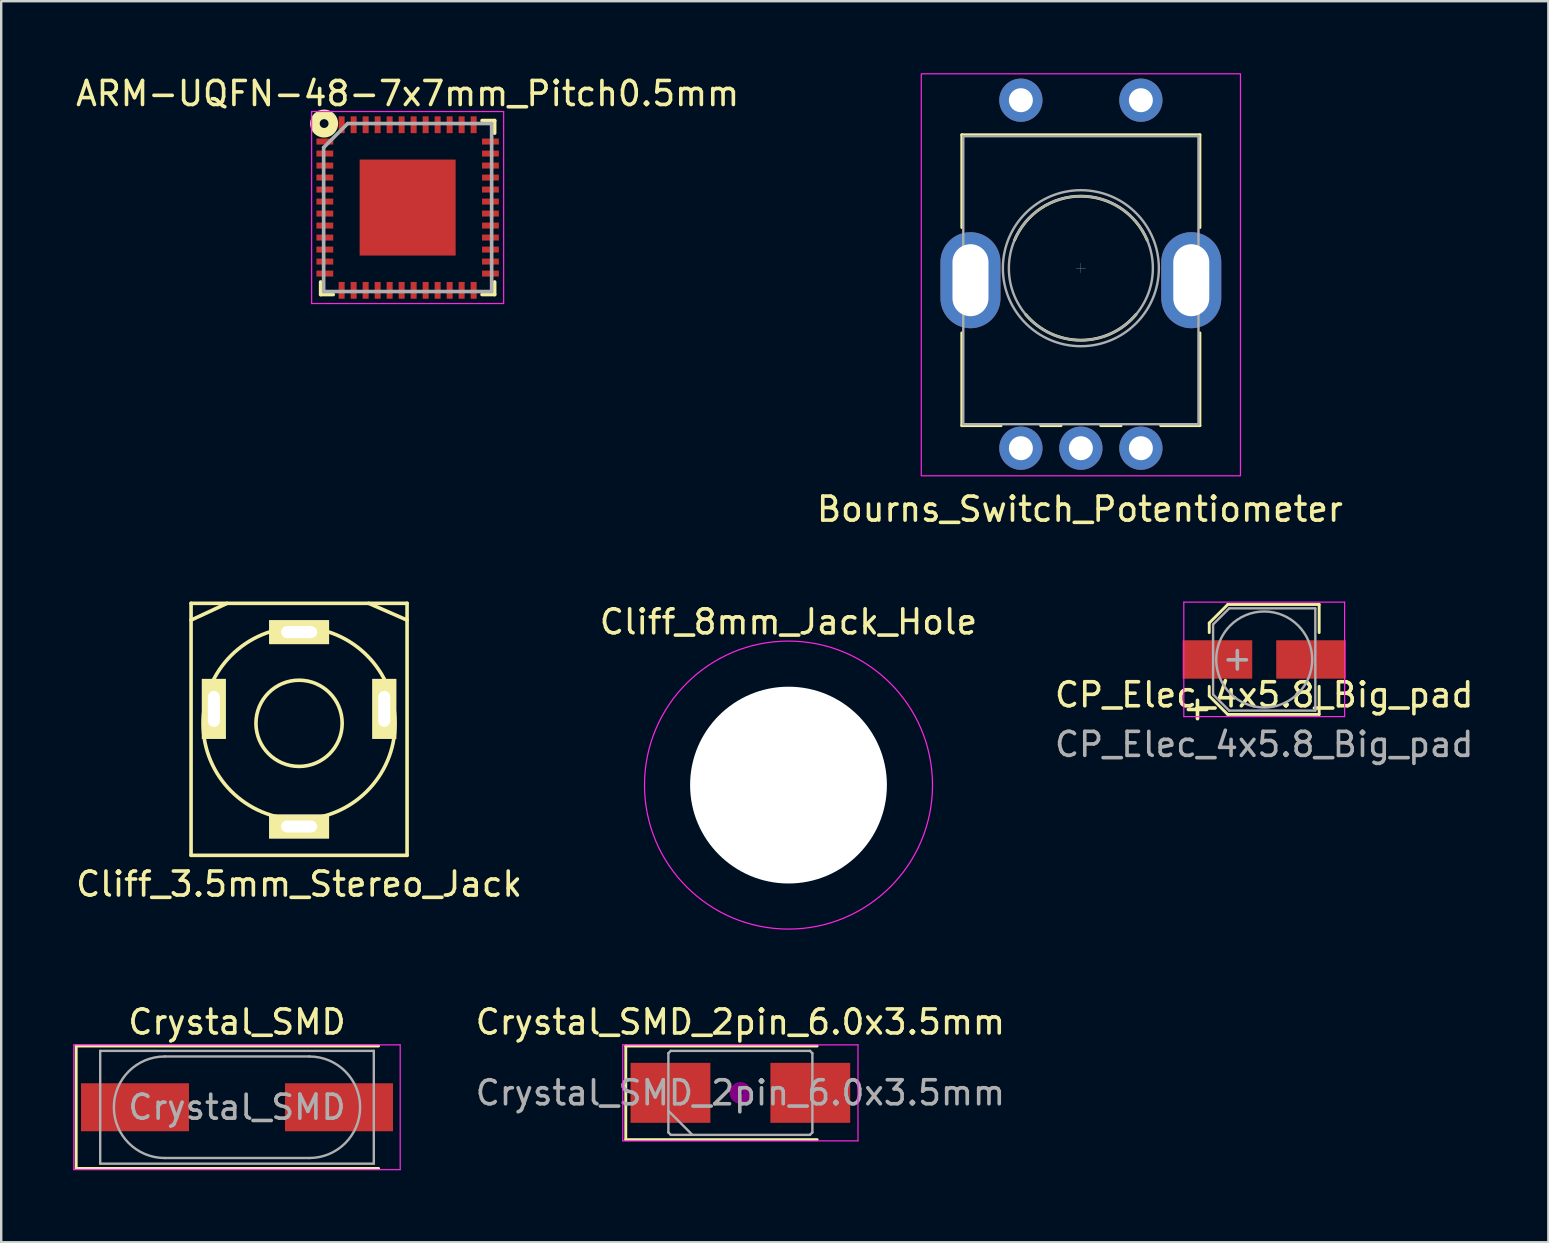
<source format=kicad_pcb>
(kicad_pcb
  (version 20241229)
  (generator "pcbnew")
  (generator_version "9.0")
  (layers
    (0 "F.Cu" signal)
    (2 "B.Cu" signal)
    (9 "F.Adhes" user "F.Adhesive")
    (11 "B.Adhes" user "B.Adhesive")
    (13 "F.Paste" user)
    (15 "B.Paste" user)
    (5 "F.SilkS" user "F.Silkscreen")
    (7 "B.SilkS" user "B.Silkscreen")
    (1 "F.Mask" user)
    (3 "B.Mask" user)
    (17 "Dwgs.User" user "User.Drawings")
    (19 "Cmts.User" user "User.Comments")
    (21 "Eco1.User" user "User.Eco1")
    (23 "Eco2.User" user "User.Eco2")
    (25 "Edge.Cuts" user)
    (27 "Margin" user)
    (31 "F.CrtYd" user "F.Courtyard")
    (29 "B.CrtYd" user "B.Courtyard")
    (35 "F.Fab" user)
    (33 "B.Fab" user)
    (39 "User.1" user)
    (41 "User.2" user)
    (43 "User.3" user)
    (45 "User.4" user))
  (footprint "ARM-UQFN-48-7x7mm_Pitch0.5mm"
    (layer "F.Cu")
    (at 13.935 5.598)
    (property "Reference" "ARM-UQFN-48-7x7mm_Pitch0.5mm" (at 0 -4.75 0) (layer "F.SilkS") (effects (font (size 1 1) (thickness 0.15))))
    (attr smd)
    (fp_line (start -3.625 3.625) (end -3.625 3.1) (stroke (width 0.15) (type solid)) (layer "F.SilkS"))
    (fp_line (start -3.625 3.625) (end -3.1 3.625) (stroke (width 0.15) (type solid)) (layer "F.SilkS"))
    (fp_line (start 3.625 -3.625) (end 3.1 -3.625) (stroke (width 0.15) (type solid)) (layer "F.SilkS"))
    (fp_line (start 3.625 -3.625) (end 3.625 -3.1) (stroke (width 0.15) (type solid)) (layer "F.SilkS"))
    (fp_line (start 3.625 3.625) (end 3.1 3.625) (stroke (width 0.15) (type solid)) (layer "F.SilkS"))
    (fp_line (start 3.625 3.625) (end 3.625 3.1) (stroke (width 0.15) (type solid)) (layer "F.SilkS"))
    (fp_circle (center -3.48 -3.5) (end -3.296 -3.5) (stroke (width 0.4) (type solid)) (fill no) (layer "F.SilkS"))
    (fp_line (start -4 -4) (end -4 4) (stroke (width 0.05) (type solid)) (layer "F.CrtYd"))
    (fp_line (start -4 -4) (end 4 -4) (stroke (width 0.05) (type solid)) (layer "F.CrtYd"))
    (fp_line (start -4 4) (end 4 4) (stroke (width 0.05) (type solid)) (layer "F.CrtYd"))
    (fp_line (start 4 -4) (end 4 4) (stroke (width 0.05) (type solid)) (layer "F.CrtYd"))
    (fp_line (start -3.5 -2.5) (end -2.5 -3.5) (stroke (width 0.15) (type solid)) (layer "F.Fab"))
    (fp_line (start -3.5 3.5) (end -3.5 -2.5) (stroke (width 0.15) (type solid)) (layer "F.Fab"))
    (fp_line (start -2.5 -3.5) (end 3.5 -3.5) (stroke (width 0.15) (type solid)) (layer "F.Fab"))
    (fp_line (start 3.5 -3.5) (end 3.5 3.5) (stroke (width 0.15) (type solid)) (layer "F.Fab"))
    (fp_line (start 3.5 3.5) (end -3.5 3.5) (stroke (width 0.15) (type solid)) (layer "F.Fab"))
    (pad "1" smd rect (at -3.45 -2.75) (size 0.7 0.25) (layers "F.Cu" "F.Mask" "F.Paste"))
    (pad "2" smd rect (at -3.45 -2.25) (size 0.7 0.25) (layers "F.Cu" "F.Mask" "F.Paste"))
    (pad "3" smd rect (at -3.45 -1.75) (size 0.7 0.25) (layers "F.Cu" "F.Mask" "F.Paste"))
    (pad "4" smd rect (at -3.45 -1.25) (size 0.7 0.25) (layers "F.Cu" "F.Mask" "F.Paste"))
    (pad "5" smd rect (at -3.45 -0.75) (size 0.7 0.25) (layers "F.Cu" "F.Mask" "F.Paste"))
    (pad "6" smd rect (at -3.45 -0.25) (size 0.7 0.25) (layers "F.Cu" "F.Mask" "F.Paste"))
    (pad "7" smd rect (at -3.45 0.25) (size 0.7 0.25) (layers "F.Cu" "F.Mask" "F.Paste"))
    (pad "8" smd rect (at -3.45 0.75) (size 0.7 0.25) (layers "F.Cu" "F.Mask" "F.Paste"))
    (pad "9" smd rect (at -3.45 1.25) (size 0.7 0.25) (layers "F.Cu" "F.Mask" "F.Paste"))
    (pad "10" smd rect (at -3.45 1.75) (size 0.7 0.25) (layers "F.Cu" "F.Mask" "F.Paste"))
    (pad "11" smd rect (at -3.45 2.25) (size 0.7 0.25) (layers "F.Cu" "F.Mask" "F.Paste"))
    (pad "12" smd rect (at -3.45 2.75) (size 0.7 0.25) (layers "F.Cu" "F.Mask" "F.Paste"))
    (pad "13" smd rect (at -2.75 3.45 90) (size 0.7 0.25) (layers "F.Cu" "F.Mask" "F.Paste"))
    (pad "14" smd rect (at -2.25 3.45 90) (size 0.7 0.25) (layers "F.Cu" "F.Mask" "F.Paste"))
    (pad "15" smd rect (at -1.75 3.45 90) (size 0.7 0.25) (layers "F.Cu" "F.Mask" "F.Paste"))
    (pad "16" smd rect (at -1.25 3.45 90) (size 0.7 0.25) (layers "F.Cu" "F.Mask" "F.Paste"))
    (pad "17" smd rect (at -0.75 3.45 90) (size 0.7 0.25) (layers "F.Cu" "F.Mask" "F.Paste"))
    (pad "18" smd rect (at -0.25 3.45 90) (size 0.7 0.25) (layers "F.Cu" "F.Mask" "F.Paste"))
    (pad "19" smd rect (at 0.25 3.45 90) (size 0.7 0.25) (layers "F.Cu" "F.Mask" "F.Paste"))
    (pad "20" smd rect (at 0.75 3.45 90) (size 0.7 0.25) (layers "F.Cu" "F.Mask" "F.Paste"))
    (pad "21" smd rect (at 1.25 3.45 90) (size 0.7 0.25) (layers "F.Cu" "F.Mask" "F.Paste"))
    (pad "22" smd rect (at 1.75 3.45 90) (size 0.7 0.25) (layers "F.Cu" "F.Mask" "F.Paste"))
    (pad "23" smd rect (at 2.25 3.45 90) (size 0.7 0.25) (layers "F.Cu" "F.Mask" "F.Paste"))
    (pad "24" smd rect (at 2.75 3.45 90) (size 0.7 0.25) (layers "F.Cu" "F.Mask" "F.Paste"))
    (pad "25" smd rect (at 3.45 2.75) (size 0.7 0.25) (layers "F.Cu" "F.Mask" "F.Paste"))
    (pad "26" smd rect (at 3.45 2.25) (size 0.7 0.25) (layers "F.Cu" "F.Mask" "F.Paste"))
    (pad "27" smd rect (at 3.45 1.75) (size 0.7 0.25) (layers "F.Cu" "F.Mask" "F.Paste"))
    (pad "28" smd rect (at 3.45 1.25) (size 0.7 0.25) (layers "F.Cu" "F.Mask" "F.Paste"))
    (pad "29" smd rect (at 3.45 0.75) (size 0.7 0.25) (layers "F.Cu" "F.Mask" "F.Paste"))
    (pad "30" smd rect (at 3.45 0.25) (size 0.7 0.25) (layers "F.Cu" "F.Mask" "F.Paste"))
    (pad "31" smd rect (at 3.45 -0.25) (size 0.7 0.25) (layers "F.Cu" "F.Mask" "F.Paste"))
    (pad "32" smd rect (at 3.45 -0.75) (size 0.7 0.25) (layers "F.Cu" "F.Mask" "F.Paste"))
    (pad "33" smd rect (at 3.45 -1.25) (size 0.7 0.25) (layers "F.Cu" "F.Mask" "F.Paste"))
    (pad "34" smd rect (at 3.45 -1.75) (size 0.7 0.25) (layers "F.Cu" "F.Mask" "F.Paste"))
    (pad "35" smd rect (at 3.45 -2.25) (size 0.7 0.25) (layers "F.Cu" "F.Mask" "F.Paste"))
    (pad "36" smd rect (at 3.45 -2.75) (size 0.7 0.25) (layers "F.Cu" "F.Mask" "F.Paste"))
    (pad "37" smd rect (at 2.75 -3.45 90) (size 0.7 0.25) (layers "F.Cu" "F.Mask" "F.Paste"))
    (pad "38" smd rect (at 2.25 -3.45 90) (size 0.7 0.25) (layers "F.Cu" "F.Mask" "F.Paste"))
    (pad "39" smd rect (at 1.75 -3.45 90) (size 0.7 0.25) (layers "F.Cu" "F.Mask" "F.Paste"))
    (pad "40" smd rect (at 1.25 -3.45 90) (size 0.7 0.25) (layers "F.Cu" "F.Mask" "F.Paste"))
    (pad "41" smd rect (at 0.75 -3.45 90) (size 0.7 0.25) (layers "F.Cu" "F.Mask" "F.Paste"))
    (pad "42" smd rect (at 0.25 -3.45 90) (size 0.7 0.25) (layers "F.Cu" "F.Mask" "F.Paste"))
    (pad "43" smd rect (at -0.25 -3.45 90) (size 0.7 0.25) (layers "F.Cu" "F.Mask" "F.Paste"))
    (pad "44" smd rect (at -0.75 -3.45 90) (size 0.7 0.25) (layers "F.Cu" "F.Mask" "F.Paste"))
    (pad "45" smd rect (at -1.25 -3.45 90) (size 0.7 0.25) (layers "F.Cu" "F.Mask" "F.Paste"))
    (pad "46" smd rect (at -1.75 -3.45 90) (size 0.7 0.25) (layers "F.Cu" "F.Mask" "F.Paste"))
    (pad "47" smd rect (at -2.25 -3.45 90) (size 0.7 0.25) (layers "F.Cu" "F.Mask" "F.Paste"))
    (pad "48" smd rect (at -2.75 -3.45 90) (size 0.7 0.25) (layers "F.Cu" "F.Mask" "F.Paste"))
    (pad "49" smd rect (at 0 0) (size 4 4) (layers "F.Cu" "F.Mask" "F.Paste")))
  (footprint "Crystal_SMD"
    (layer "F.Cu")
    (at 6.825 43.085)
    (property "Reference" "Crystal_SMD" (at 0 -3.55 0) (layer "F.SilkS") (effects (font (size 1 1) (thickness 0.15))))
    (attr smd)
    (fp_line (start -6.7 -2.55) (end -6.7 2.55) (stroke (width 0.12) (type solid)) (layer "F.SilkS"))
    (fp_line (start -6.7 2.55) (end 5.9 2.55) (stroke (width 0.12) (type solid)) (layer "F.SilkS"))
    (fp_line (start 5.9 -2.55) (end -6.7 -2.55) (stroke (width 0.12) (type solid)) (layer "F.SilkS"))
    (fp_line (start -6.8 -2.6) (end -6.8 2.6) (stroke (width 0.05) (type solid)) (layer "F.CrtYd"))
    (fp_line (start -6.8 2.6) (end 6.8 2.6) (stroke (width 0.05) (type solid)) (layer "F.CrtYd"))
    (fp_line (start 6.8 -2.6) (end -6.8 -2.6) (stroke (width 0.05) (type solid)) (layer "F.CrtYd"))
    (fp_line (start 6.8 2.6) (end 6.8 -2.6) (stroke (width 0.05) (type solid)) (layer "F.CrtYd"))
    (fp_line (start -5.7 -2.35) (end -5.7 2.35) (stroke (width 0.1) (type solid)) (layer "F.Fab"))
    (fp_line (start -5.7 2.35) (end 5.7 2.35) (stroke (width 0.1) (type solid)) (layer "F.Fab"))
    (fp_line (start -3.015 -2.115) (end 3.015 -2.115) (stroke (width 0.1) (type solid)) (layer "F.Fab"))
    (fp_line (start -3.015 2.115) (end 3.015 2.115) (stroke (width 0.1) (type solid)) (layer "F.Fab"))
    (fp_line (start 5.7 -2.35) (end -5.7 -2.35) (stroke (width 0.1) (type solid)) (layer "F.Fab"))
    (fp_line (start 5.7 2.35) (end 5.7 -2.35) (stroke (width 0.1) (type solid)) (layer "F.Fab"))
    (fp_arc (start -3.015 2.115) (mid -5.13 0) (end -3.015 -2.115) (stroke (width 0.1) (type solid)) (layer "F.Fab"))
    (fp_arc (start 3.015 -2.115) (mid 5.13 0) (end 3.015 2.115) (stroke (width 0.1) (type solid)) (layer "F.Fab"))
    (fp_text user "${REFERENCE}" (at 0 0 0) (layer "F.Fab") (effects (font (size 1 1) (thickness 0.15))))
    (pad "1" smd rect (at -4.25 0) (size 4.5 2) (layers "F.Cu" "F.Mask" "F.Paste"))
    (pad "2" smd rect (at 4.25 0) (size 4.5 2) (layers "F.Cu" "F.Mask" "F.Paste")))
  (footprint "Bourns_Switch_Potentiometer"
    (layer "F.Cu")
    (at 41.986 8.125)
    (property "Reference" "Bourns_Switch_Potentiometer" (at -0.04 10.04 0) (layer "F.SilkS") (effects (font (size 1 1) (thickness 0.15))))
    (attr through_hole)
    (fp_line (start -4.961 -5.56) (end 4.96 -5.56) (stroke (width 0.12) (type solid)) (layer "F.SilkS"))
    (fp_line (start -4.961 -1.695) (end -4.961 -5.56) (stroke (width 0.12) (type solid)) (layer "F.SilkS"))
    (fp_line (start -4.961 6.56) (end -4.961 2.694) (stroke (width 0.12) (type solid)) (layer "F.SilkS"))
    (fp_line (start -4.961 6.56) (end -3.325 6.56) (stroke (width 0.12) (type solid)) (layer "F.SilkS"))
    (fp_line (start -1.675 6.56) (end -0.825 6.56) (stroke (width 0.12) (type solid)) (layer "F.SilkS"))
    (fp_line (start 0.825 6.56) (end 1.675 6.56) (stroke (width 0.12) (type solid)) (layer "F.SilkS"))
    (fp_line (start 3.325 6.56) (end 4.96 6.56) (stroke (width 0.12) (type solid)) (layer "F.SilkS"))
    (fp_line (start 4.96 -1.695) (end 4.96 -5.56) (stroke (width 0.12) (type solid)) (layer "F.SilkS"))
    (fp_line (start 4.96 6.56) (end 4.96 2.694) (stroke (width 0.12) (type solid)) (layer "F.SilkS"))
    (fp_arc (start -2.762432 -1.171982) (mid -0.000553 -3.000762) (end 2.762 -1.173) (stroke (width 0.12) (type solid)) (layer "F.SilkS"))
    (fp_arc (start 2.297753 1.928295) (mid -0.000192 2.999665) (end -2.298 1.928) (stroke (width 0.12) (type solid)) (layer "F.SilkS"))
    (fp_line (start 0 0.19) (end 0 -0.21) (stroke (width 0.01) (type solid)) (layer "Dwgs.User"))
    (fp_line (start 0.2 0) (end -0.2 0) (stroke (width 0.01) (type solid)) (layer "Dwgs.User"))
    (fp_rect (start -6.65 -8.1) (end 6.65 8.65) (stroke (width 0.05) (type default)) (fill no) (layer "F.CrtYd"))
    (fp_line (start -4.9 -5.5) (end -4.9 6.5) (stroke (width 0.1) (type solid)) (layer "F.Fab"))
    (fp_line (start -4.9 6.5) (end 4.9 6.5) (stroke (width 0.1) (type solid)) (layer "F.Fab"))
    (fp_line (start 4.9 -5.5) (end -4.9 -5.5) (stroke (width 0.1) (type solid)) (layer "F.Fab"))
    (fp_line (start 4.9 6.5) (end 4.9 -5.5) (stroke (width 0.1) (type solid)) (layer "F.Fab"))
    (fp_circle (center 0 0) (end 0 -3.25) (stroke (width 0.1) (type solid)) (fill no) (layer "F.Fab"))
    (fp_circle (center 0 0) (end 0 -3) (stroke (width 0.1) (type solid)) (fill no) (layer "F.Fab"))
    (pad "" np_thru_hole oval (at -4.6 0.5 90) (size 4 2.5) (drill oval 3 1.5) (layers "*.Cu" "*.Mask"))
    (pad "" np_thru_hole oval (at 4.6 0.5 90) (size 4 2.5) (drill oval 3 1.5) (layers "*.Cu" "*.Mask"))
    (pad "1" thru_hole circle (at 2.5 7.5 90) (size 1.8 1.8) (drill 1) (layers "*.Cu" "*.Mask"))
    (pad "2" thru_hole circle (at 0 7.5 90) (size 1.8 1.8) (drill 1) (layers "*.Cu" "*.Mask"))
    (pad "3" thru_hole circle (at -2.5 7.5 90) (size 1.8 1.8) (drill 1) (layers "*.Cu" "*.Mask"))
    (pad "4" thru_hole circle (at -2.5 -7 90) (size 1.8 1.8) (drill 1) (layers "*.Cu" "*.Mask"))
    (pad "5" thru_hole circle (at 2.5 -7 90) (size 1.8 1.8) (drill 1) (layers "*.Cu" "*.Mask")))
  (footprint "Crystal_SMD_2pin_6.0x3.5mm"
    (layer "F.Cu")
    (at 27.799 42.485)
    (property "Reference" "Crystal_SMD_2pin_6.0x3.5mm" (at 0 -2.95 0) (layer "F.SilkS") (effects (font (size 1 1) (thickness 0.15))))
    (attr smd)
    (fp_line (start -4.775 -1.95) (end -4.775 1.95) (stroke (width 0.12) (type solid)) (layer "F.SilkS"))
    (fp_line (start -4.775 1.95) (end 3.2 1.95) (stroke (width 0.12) (type solid)) (layer "F.SilkS"))
    (fp_line (start 3.2 -1.95) (end -4.775 -1.95) (stroke (width 0.12) (type solid)) (layer "F.SilkS"))
    (fp_circle (center 0 0) (end 0.093 0) (stroke (width 0.187) (type solid)) (fill no) (layer "F.Adhes"))
    (fp_circle (center 0 0) (end 0.213 0) (stroke (width 0.133) (type solid)) (fill no) (layer "F.Adhes"))
    (fp_circle (center 0 0) (end 0.333 0) (stroke (width 0.133) (type solid)) (fill no) (layer "F.Adhes"))
    (fp_circle (center 0 0) (end 0.4 0) (stroke (width 0.1) (type solid)) (fill no) (layer "F.Adhes"))
    (fp_line (start -4.9 -2) (end -4.9 2) (stroke (width 0.05) (type solid)) (layer "F.CrtYd"))
    (fp_line (start -4.9 2) (end 4.9 2) (stroke (width 0.05) (type solid)) (layer "F.CrtYd"))
    (fp_line (start 4.9 -2) (end -4.9 -2) (stroke (width 0.05) (type solid)) (layer "F.CrtYd"))
    (fp_line (start 4.9 2) (end 4.9 -2) (stroke (width 0.05) (type solid)) (layer "F.CrtYd"))
    (fp_line (start -3 -1.65) (end -2.9 -1.75) (stroke (width 0.1) (type solid)) (layer "F.Fab"))
    (fp_line (start -3 0.75) (end -2 1.75) (stroke (width 0.1) (type solid)) (layer "F.Fab"))
    (fp_line (start -3 1.65) (end -3 -1.65) (stroke (width 0.1) (type solid)) (layer "F.Fab"))
    (fp_line (start -2.9 -1.75) (end 2.9 -1.75) (stroke (width 0.1) (type solid)) (layer "F.Fab"))
    (fp_line (start -2.9 1.75) (end -3 1.65) (stroke (width 0.1) (type solid)) (layer "F.Fab"))
    (fp_line (start 2.9 -1.75) (end 3 -1.65) (stroke (width 0.1) (type solid)) (layer "F.Fab"))
    (fp_line (start 2.9 1.75) (end -2.9 1.75) (stroke (width 0.1) (type solid)) (layer "F.Fab"))
    (fp_line (start 3 -1.65) (end 3 1.65) (stroke (width 0.1) (type solid)) (layer "F.Fab"))
    (fp_line (start 3 1.65) (end 2.9 1.75) (stroke (width 0.1) (type solid)) (layer "F.Fab"))
    (fp_text user "${REFERENCE}" (at 0 0 0) (layer "F.Fab") (effects (font (size 1 1) (thickness 0.15))))
    (pad "1" smd rect (at -2.913 0) (size 3.325 2.5) (layers "F.Cu" "F.Mask" "F.Paste"))
    (pad "2" smd rect (at 2.913 0) (size 3.325 2.5) (layers "F.Cu" "F.Mask" "F.Paste")))
  (footprint "Cliff_8mm_Jack_Hole"
    (layer "F.Cu")
    (at 29.804 29.662)
    (property "Reference" "Cliff_8mm_Jack_Hole" (at 0 -6.8 0) (layer "F.SilkS") (effects (font (size 1 1) (thickness 0.15))))
    (attr through_hole)
    (fp_circle (center 0 0) (end 6 0) (stroke (width 0.05) (type solid)) (fill no) (layer "F.CrtYd"))
    (fp_circle (center 0 0) (end 1.796 0) (stroke (width 0.15) (type solid)) (fill no) (layer "B.Fab"))
    (pad "" np_thru_hole circle (at 0 0) (size 8.2 8.2) (drill 8.2) (layers "*.Cu" "*.Mask")))
  (footprint "CP_Elec_4x5.8_Big_pad"
    (layer "F.Cu")
    (at 49.625 24.428)
    (property "Reference" "CP_Elec_4x5.8_Big_pad" (at 0 1.473 0) (layer "F.SilkS") (effects (font (size 1 1) (thickness 0.15))))
    (attr smd)
    (fp_line (start -2.29 -1.52) (end -2.29 -1.12) (stroke (width 0.12) (type solid)) (layer "F.SilkS"))
    (fp_line (start -2.29 1.52) (end -2.29 1.12) (stroke (width 0.12) (type solid)) (layer "F.SilkS"))
    (fp_line (start -1.52 -2.29) (end -2.29 -1.52) (stroke (width 0.12) (type solid)) (layer "F.SilkS"))
    (fp_line (start -1.52 -2.29) (end 2.29 -2.29) (stroke (width 0.12) (type solid)) (layer "F.SilkS"))
    (fp_line (start -1.52 2.29) (end -2.29 1.52) (stroke (width 0.12) (type solid)) (layer "F.SilkS"))
    (fp_line (start -1.52 2.29) (end 2.29 2.29) (stroke (width 0.12) (type solid)) (layer "F.SilkS"))
    (fp_line (start 2.29 -2.29) (end 2.29 -1.12) (stroke (width 0.12) (type solid)) (layer "F.SilkS"))
    (fp_line (start 2.29 2.29) (end 2.29 1.12) (stroke (width 0.12) (type solid)) (layer "F.SilkS"))
    (fp_line (start -3.35 -2.39) (end -3.35 2.38) (stroke (width 0.05) (type solid)) (layer "F.CrtYd"))
    (fp_line (start -3.35 -2.39) (end 3.35 -2.39) (stroke (width 0.05) (type solid)) (layer "F.CrtYd"))
    (fp_line (start 3.35 2.38) (end -3.35 2.38) (stroke (width 0.05) (type solid)) (layer "F.CrtYd"))
    (fp_line (start 3.35 2.38) (end 3.35 -2.39) (stroke (width 0.05) (type solid)) (layer "F.CrtYd"))
    (fp_line (start -2.13 -1.46) (end -2.13 1.46) (stroke (width 0.1) (type solid)) (layer "F.Fab"))
    (fp_line (start -2.13 1.46) (end -1.46 2.13) (stroke (width 0.1) (type solid)) (layer "F.Fab"))
    (fp_line (start -1.46 -2.13) (end -2.13 -1.46) (stroke (width 0.1) (type solid)) (layer "F.Fab"))
    (fp_line (start -1.46 2.13) (end 2.13 2.13) (stroke (width 0.1) (type solid)) (layer "F.Fab"))
    (fp_line (start 2.13 -2.13) (end -1.46 -2.13) (stroke (width 0.1) (type solid)) (layer "F.Fab"))
    (fp_line (start 2.13 2.13) (end 2.13 -2.13) (stroke (width 0.1) (type solid)) (layer "F.Fab"))
    (fp_circle (center 0 0) (end 0 2) (stroke (width 0.1) (type solid)) (fill no) (layer "F.Fab"))
    (fp_text user "+" (at -2.78 2.01 0) (layer "F.SilkS") (effects (font (size 1 1) (thickness 0.15))))
    (fp_text user "${REFERENCE}" (at 0 3.54 0) (layer "F.Fab") (effects (font (size 1 1) (thickness 0.15))))
    (fp_text user "+" (at -1.12 -0.06 0) (layer "F.Fab") (effects (font (size 1 1) (thickness 0.15))))
    (pad "1" smd rect (at -1.95 0 180) (size 2.9 1.6) (layers "F.Cu" "F.Mask" "F.Paste"))
    (pad "2" smd rect (at 1.95 0 180) (size 2.9 1.6) (layers "F.Cu" "F.Mask" "F.Paste")))
  (footprint "Cliff_3.5mm_Stereo_Jack"
    (layer "F.Cu")
    (at 9.411 28.088)
    (property "Reference" "Cliff_3.5mm_Stereo_Jack" (at 0 5.7 0) (layer "F.SilkS") (effects (font (size 1 1) (thickness 0.15))))
    (attr through_hole)
    (fp_line (start -4.5 -6) (end -4.5 4.5) (stroke (width 0.15) (type solid)) (layer "F.SilkS"))
    (fp_line (start -4.5 -6) (end 4.5 -6) (stroke (width 0.15) (type solid)) (layer "F.SilkS"))
    (fp_line (start -4.5 4.5) (end 4.5 4.5) (stroke (width 0.15) (type solid)) (layer "F.SilkS"))
    (fp_line (start -3 -6) (end -4.5 -5.3) (stroke (width 0.15) (type solid)) (layer "F.SilkS"))
    (fp_line (start 2.9 -6) (end 4.5 -5.3) (stroke (width 0.15) (type solid)) (layer "F.SilkS"))
    (fp_line (start 4.5 -6) (end 4.5 4.5) (stroke (width 0.15) (type solid)) (layer "F.SilkS"))
    (fp_circle (center 0 -1) (end 1.27 0.27) (stroke (width 0.15) (type solid)) (fill no) (layer "F.SilkS"))
    (fp_circle (center 0 -1) (end 4 -1) (stroke (width 0.15) (type solid)) (fill no) (layer "F.SilkS"))
    (pad "1" thru_hole rect (at 0 -4.8) (size 2.5 1) (drill oval 1.5 0.5) (layers "*.Cu" "*.Mask" "F.SilkS"))
    (pad "1" thru_hole rect (at 3.55 -1.6 90) (size 2.5 1) (drill oval 1.5 0.5) (layers "*.Cu" "*.Mask" "F.SilkS"))
    (pad "2" thru_hole rect (at -3.55 -1.6 90) (size 2.5 1) (drill oval 1.5 0.5) (layers "*.Cu" "*.Mask" "F.SilkS"))
    (pad "3" thru_hole rect (at 0 3.3) (size 2.5 1) (drill oval 1.5 0.5) (layers "*.Cu" "*.Mask" "F.SilkS")))
  (gr_rect
    (start -3 -3)
    (end 61.464 48.71)
    (stroke (width 0.1) (type default))
    (fill no)
    (layer "Edge.Cuts")))
</source>
